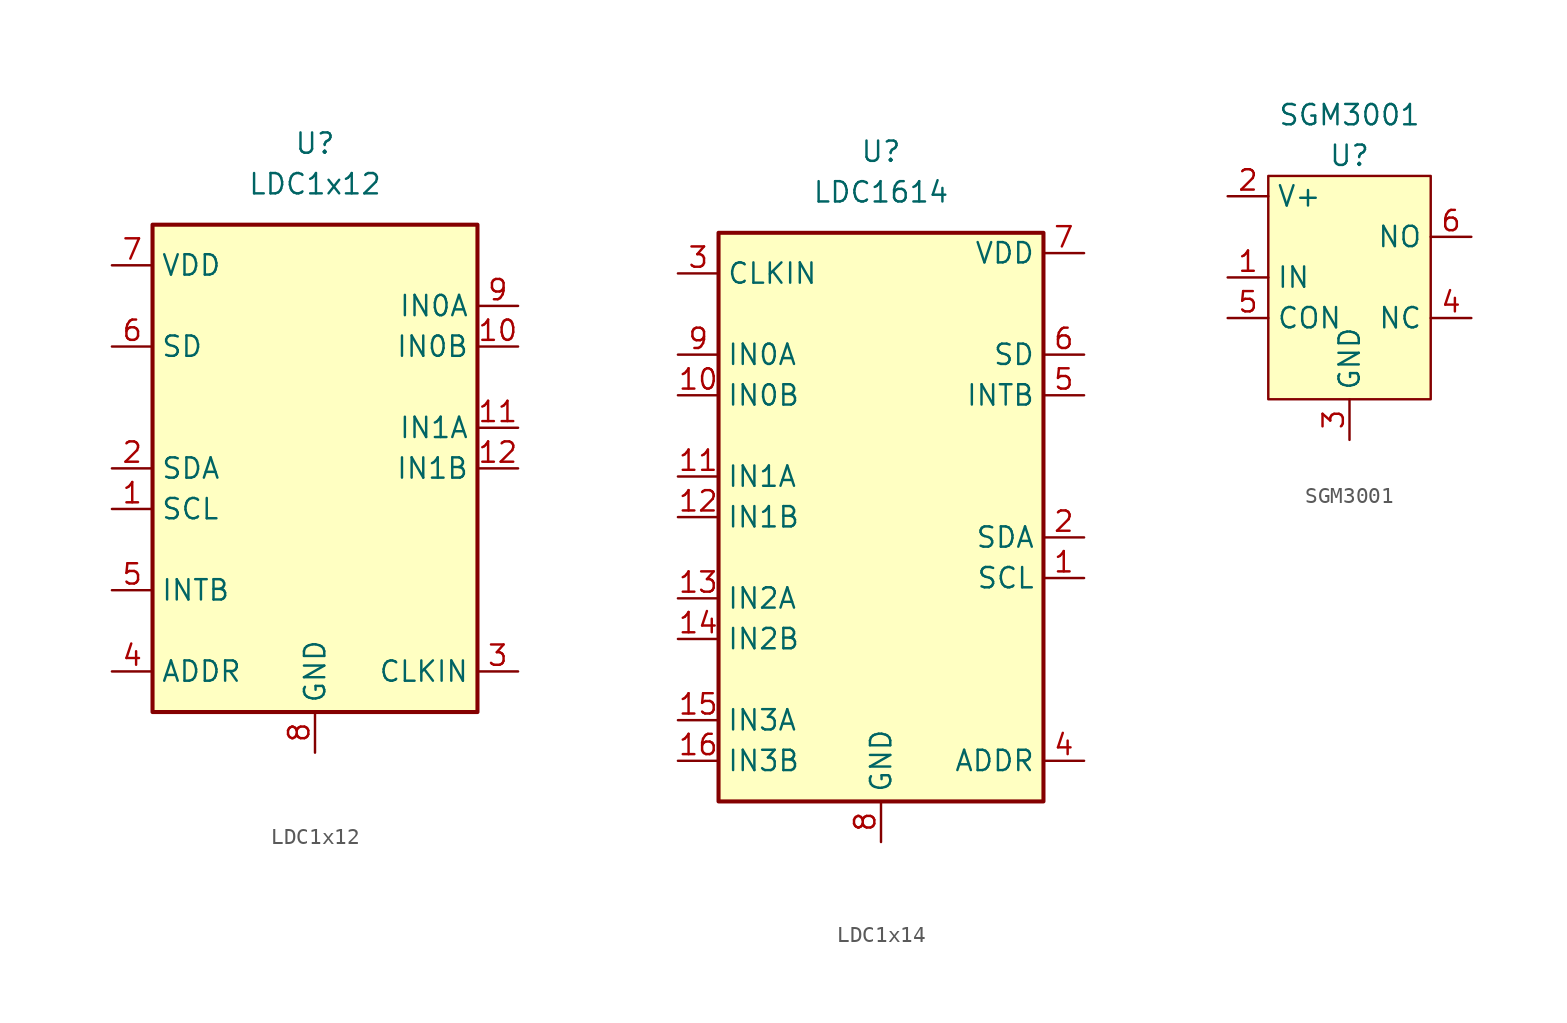
<source format=kicad_sym>
(kicad_symbol_lib
  (version 20220914)
  (generator kicad_symbol_editor)
  (symbol "LDC1x12"
    (property "Reference" "U"
      (at 0 7.62 0)
      (effects (font (size 1.27 1.27))))
    (property "Value" "LDC1x12"
      (at 0 5.08 0)
      (effects (font (size 1.27 1.27))))
    (symbol "LDC1x12_0_1"
      (rectangle (start -10.16 2.54) (end 10.16 -27.94) (stroke (width 0.254) (type default)) (fill (type background))))
    (symbol "LDC1x12_1_1"
      (pin input line (at -12.7 -15.24 0) (length 2.54) (name "SCL" (effects (font (size 1.27 1.27)))) (number "1" (effects (font (size 1.27 1.27)))))
      (pin input line (at 12.7 -5.08 180) (length 2.54) (name "IN0B" (effects (font (size 1.27 1.27)))) (number "10" (effects (font (size 1.27 1.27)))))
      (pin input line (at 12.7 -10.16 180) (length 2.54) (name "IN1A" (effects (font (size 1.27 1.27)))) (number "11" (effects (font (size 1.27 1.27)))))
      (pin input line (at 12.7 -12.7 180) (length 2.54) (name "IN1B" (effects (font (size 1.27 1.27)))) (number "12" (effects (font (size 1.27 1.27)))))
      (pin passive line (at 0 -30.48 90) (length 2.54) hide (name "GND" (effects (font (size 1.27 1.27)))) (number "13" (effects (font (size 1.27 1.27)))))
      (pin bidirectional line (at -12.7 -12.7 0) (length 2.54) (name "SDA" (effects (font (size 1.27 1.27)))) (number "2" (effects (font (size 1.27 1.27)))))
      (pin input line (at 12.7 -25.4 180) (length 2.54) (name "CLKIN" (effects (font (size 1.27 1.27)))) (number "3" (effects (font (size 1.27 1.27)))))
      (pin input line (at -12.7 -25.4 0) (length 2.54) (name "ADDR" (effects (font (size 1.27 1.27)))) (number "4" (effects (font (size 1.27 1.27)))))
      (pin open_collector line (at -12.7 -20.32 0) (length 2.54) (name "INTB" (effects (font (size 1.27 1.27)))) (number "5" (effects (font (size 1.27 1.27)))))
      (pin input line (at -12.7 -5.08 0) (length 2.54) (name "SD" (effects (font (size 1.27 1.27)))) (number "6" (effects (font (size 1.27 1.27)))))
      (pin power_in line (at -12.7 0 0) (length 2.54) (name "VDD" (effects (font (size 1.27 1.27)))) (number "7" (effects (font (size 1.27 1.27)))))
      (pin power_in line (at 0 -30.48 90) (length 2.54) (name "GND" (effects (font (size 1.27 1.27)))) (number "8" (effects (font (size 1.27 1.27)))))
      (pin input line (at 12.7 -2.54 180) (length 2.54) (name "IN0A" (effects (font (size 1.27 1.27)))) (number "9" (effects (font (size 1.27 1.27)))))))
  (symbol "LDC1x14"
    (property "Reference" "U"
      (at 0 5.08 0)
      (effects (font (size 1.27 1.27))))
    (property "Value" "LDC1614"
      (at 0 2.54 0)
      (effects (font (size 1.27 1.27))))
    (symbol "LDC1x14_0_1"
      (rectangle (start -10.16 0) (end 10.16 -35.56) (stroke (width 0.254) (type default)) (fill (type background))))
    (symbol "LDC1x14_1_1"
      (pin input line (at 12.7 -21.59 180) (length 2.54) (name "SCL" (effects (font (size 1.27 1.27)))) (number "1" (effects (font (size 1.27 1.27)))))
      (pin input line (at -12.7 -10.16 0) (length 2.54) (name "IN0B" (effects (font (size 1.27 1.27)))) (number "10" (effects (font (size 1.27 1.27)))))
      (pin input line (at -12.7 -15.24 0) (length 2.54) (name "IN1A" (effects (font (size 1.27 1.27)))) (number "11" (effects (font (size 1.27 1.27)))))
      (pin input line (at -12.7 -17.78 0) (length 2.54) (name "IN1B" (effects (font (size 1.27 1.27)))) (number "12" (effects (font (size 1.27 1.27)))))
      (pin input line (at -12.7 -22.86 0) (length 2.54) (name "IN2A" (effects (font (size 1.27 1.27)))) (number "13" (effects (font (size 1.27 1.27)))))
      (pin input line (at -12.7 -25.4 0) (length 2.54) (name "IN2B" (effects (font (size 1.27 1.27)))) (number "14" (effects (font (size 1.27 1.27)))))
      (pin input line (at -12.7 -30.48 0) (length 2.54) (name "IN3A" (effects (font (size 1.27 1.27)))) (number "15" (effects (font (size 1.27 1.27)))))
      (pin input line (at -12.7 -33.02 0) (length 2.54) (name "IN3B" (effects (font (size 1.27 1.27)))) (number "16" (effects (font (size 1.27 1.27)))))
      (pin passive line (at 0 -38.1 90) (length 2.54) hide (name "GND" (effects (font (size 1.27 1.27)))) (number "17" (effects (font (size 1.27 1.27)))))
      (pin bidirectional line (at 12.7 -19.05 180) (length 2.54) (name "SDA" (effects (font (size 1.27 1.27)))) (number "2" (effects (font (size 1.27 1.27)))))
      (pin input line (at -12.7 -2.54 0) (length 2.54) (name "CLKIN" (effects (font (size 1.27 1.27)))) (number "3" (effects (font (size 1.27 1.27)))))
      (pin input line (at 12.7 -33.02 180) (length 2.54) (name "ADDR" (effects (font (size 1.27 1.27)))) (number "4" (effects (font (size 1.27 1.27)))))
      (pin open_collector line (at 12.7 -10.16 180) (length 2.54) (name "INTB" (effects (font (size 1.27 1.27)))) (number "5" (effects (font (size 1.27 1.27)))))
      (pin input line (at 12.7 -7.62 180) (length 2.54) (name "SD" (effects (font (size 1.27 1.27)))) (number "6" (effects (font (size 1.27 1.27)))))
      (pin power_in line (at 12.7 -1.27 180) (length 2.54) (name "VDD" (effects (font (size 1.27 1.27)))) (number "7" (effects (font (size 1.27 1.27)))))
      (pin power_in line (at 0 -38.1 90) (length 2.54) (name "GND" (effects (font (size 1.27 1.27)))) (number "8" (effects (font (size 1.27 1.27)))))
      (pin input line (at -12.7 -7.62 0) (length 2.54) (name "IN0A" (effects (font (size 1.27 1.27)))) (number "9" (effects (font (size 1.27 1.27)))))))
  (symbol "SGM3001"
    (property "Reference" "U"
      (at 0 2.54 0)
      (effects (font (size 1.27 1.27))))
    (property "Value" "SGM3001"
      (at 0 5.08 0)
      (effects (font (size 1.27 1.27))))
    (symbol "SGM3001_1_1"
      (rectangle (start -5.08 1.27) (end 5.08 -12.7) (stroke (width 0) (type default)) (fill (type background)))
      (pin input line (at -7.62 -5.08 0) (length 2.54) (name "IN" (effects (font (size 1.27 1.27)))) (number "1" (effects (font (size 1.27 1.27)))))
      (pin power_in line (at -7.62 0 0) (length 2.54) (name "V+" (effects (font (size 1.27 1.27)))) (number "2" (effects (font (size 1.27 1.27)))))
      (pin power_in line (at 0 -15.24 90) (length 2.54) (name "GND" (effects (font (size 1.27 1.27)))) (number "3" (effects (font (size 1.27 1.27)))))
      (pin bidirectional line (at 7.62 -7.62 180) (length 2.54) (name "NC" (effects (font (size 1.27 1.27)))) (number "4" (effects (font (size 1.27 1.27)))))
      (pin bidirectional line (at -7.62 -7.62 0) (length 2.54) (name "CON" (effects (font (size 1.27 1.27)))) (number "5" (effects (font (size 1.27 1.27)))))
      (pin bidirectional line (at 7.62 -2.54 180) (length 2.54) (name "NO" (effects (font (size 1.27 1.27)))) (number "6" (effects (font (size 1.27 1.27))))))))
</source>
